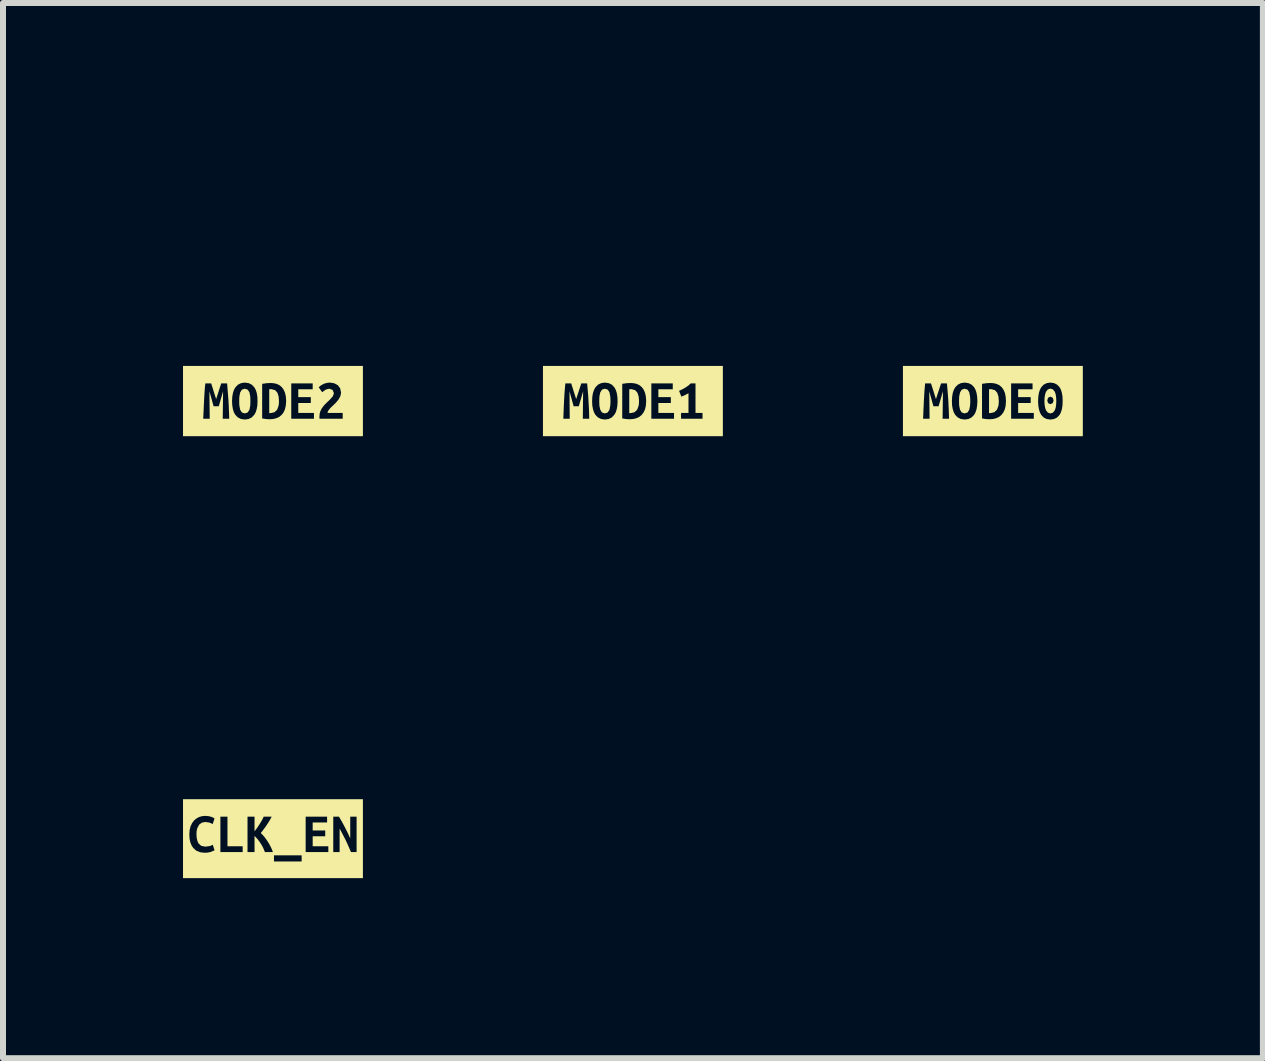
<source format=kicad_pcb>
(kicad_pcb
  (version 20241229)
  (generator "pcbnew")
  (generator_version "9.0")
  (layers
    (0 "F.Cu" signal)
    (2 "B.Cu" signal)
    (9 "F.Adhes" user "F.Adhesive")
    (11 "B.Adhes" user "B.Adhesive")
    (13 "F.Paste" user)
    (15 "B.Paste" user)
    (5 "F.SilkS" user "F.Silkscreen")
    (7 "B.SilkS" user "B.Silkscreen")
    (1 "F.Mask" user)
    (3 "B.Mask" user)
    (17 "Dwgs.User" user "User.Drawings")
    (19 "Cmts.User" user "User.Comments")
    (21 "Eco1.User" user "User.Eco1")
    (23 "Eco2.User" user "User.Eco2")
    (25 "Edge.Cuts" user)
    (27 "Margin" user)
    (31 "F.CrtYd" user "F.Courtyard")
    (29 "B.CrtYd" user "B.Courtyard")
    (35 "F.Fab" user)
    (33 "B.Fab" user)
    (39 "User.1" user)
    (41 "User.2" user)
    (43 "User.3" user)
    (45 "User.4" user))
  (footprint "kibuzzard-65A8FE06"
    (layer "F.Cu")
    (at 7.498 3.634)
    (property "Reference" "kibuzzard-65A8FE06" (at 0 -3.633 0) (layer "F.SilkS") (effects (font (size 0.001 0.001) (thickness 0.15))))
    (attr board_only exclude_from_pos_files exclude_from_bom)
    (fp_poly (pts (xy -0.061 0.2) (xy -0.05 0.201) (xy -0.04 0.201) (xy 0.027 0.186) (xy 0.071 0.144) (xy 0.095 0.08) (xy 0.1 0.042) (xy 0.102 0) (xy 0.096 -0.074) (xy 0.076 -0.138) (xy 0.037 -0.182) (xy -0.027 -0.199) (xy -0.044 -0.199) (xy -0.061 -0.196) (xy -0.061 0.2)) (stroke (width 0) (type solid)) (fill yes) (layer "F.SilkS"))
    (fp_poly (pts (xy -0.561 0) (xy -0.56 0.042) (xy -0.558 0.08) (xy -0.544 0.146) (xy -0.516 0.19) (xy -0.468 0.206) (xy -0.42 0.19) (xy -0.391 0.145) (xy -0.378 0.08) (xy -0.375 0.041) (xy -0.374 0) (xy -0.375 -0.042) (xy -0.378 -0.08) (xy -0.391 -0.146) (xy -0.419 -0.19) (xy -0.468 -0.206) (xy -0.516 -0.19) (xy -0.544 -0.145) (xy -0.558 -0.08) (xy -0.56 -0.041) (xy -0.561 0)) (stroke (width 0) (type solid)) (fill yes) (layer "F.SilkS"))
    (fp_poly (pts (xy -1.301 -0.585) (xy -1.499 -0.585) (xy -1.499 0.585) (xy -1.301 0.585) (xy -0.728 0.585) (xy -0.728 0.295) (xy -0.835 0.295) (xy -0.83 -0.163) (xy -0.902 0.087) (xy -0.988 0.087) (xy -1.057 -0.163) (xy -1.053 0.295) (xy -1.16 0.295) (xy -1.157 0.221) (xy -1.154 0.145) (xy -1.151 0.067) (xy -1.147 -0.01) (xy -1.143 -0.086) (xy -1.138 -0.16) (xy -1.132 -0.23) (xy -1.126 -0.294) (xy -1.029 -0.294) (xy -1.012 -0.243) (xy -0.991 -0.175) (xy -0.968 -0.102) (xy -0.946 -0.033) (xy -0.922 -0.106) (xy -0.898 -0.179) (xy -0.877 -0.244) (xy -0.86 -0.294) (xy -0.763 -0.294) (xy -0.756 -0.218) (xy -0.75 -0.144) (xy -0.744 -0.071) (xy -0.74 0.001) (xy -0.736 0.074) (xy -0.732 0.146) (xy -0.73 0.22) (xy -0.728 0.295) (xy -0.728 0.585) (xy -0.467 0.585) (xy -0.467 0.308) (xy -0.53 0.299) (xy -0.583 0.273) (xy -0.625 0.23) (xy -0.649 0.187) (xy -0.666 0.134) (xy -0.677 0.072) (xy -0.68 0) (xy -0.677 -0.072) (xy -0.666 -0.134) (xy -0.648 -0.187) (xy -0.624 -0.23) (xy -0.582 -0.273) (xy -0.529 -0.299) (xy -0.468 -0.308) (xy -0.404 -0.299) (xy -0.351 -0.273) (xy -0.31 -0.23) (xy -0.286 -0.187) (xy -0.269 -0.134) (xy -0.259 -0.072) (xy -0.255 0) (xy -0.259 0.072) (xy -0.269 0.134) (xy -0.286 0.187) (xy -0.311 0.23) (xy -0.352 0.273) (xy -0.404 0.299) (xy -0.467 0.308) (xy -0.467 0.585) (xy -0.052 0.585) (xy -0.052 0.303) (xy -0.114 0.3) (xy -0.178 0.289) (xy -0.178 -0.287) (xy -0.103 -0.298) (xy -0.037 -0.301) (xy 0.018 -0.297) (xy 0.069 -0.284) (xy 0.113 -0.262) (xy 0.15 -0.23) (xy 0.18 -0.188) (xy 0.202 -0.137) (xy 0.216 -0.074) (xy 0.221 0) (xy 0.216 0.076) (xy 0.201 0.14) (xy 0.176 0.192) (xy 0.144 0.233) (xy 0.104 0.265) (xy 0.058 0.286) (xy 0.005 0.299) (xy -0.052 0.303) (xy -0.052 0.585) (xy 0.307 0.585) (xy 0.307 0.295) (xy 0.307 -0.294) (xy 0.664 -0.294) (xy 0.664 -0.197) (xy 0.424 -0.197) (xy 0.424 -0.065) (xy 0.632 -0.065) (xy 0.632 0.032) (xy 0.424 0.032) (xy 0.424 0.198) (xy 0.685 0.198) (xy 0.685 0.295) (xy 0.307 0.295) (xy 0.307 0.585) (xy 1.16 0.585) (xy 1.16 0.295) (xy 0.802 0.295) (xy 0.802 0.198) (xy 0.926 0.198) (xy 0.926 -0.131) (xy 0.865 -0.098) (xy 0.807 -0.074) (xy 0.769 -0.171) (xy 0.818 -0.193) (xy 0.872 -0.223) (xy 0.922 -0.257) (xy 0.963 -0.294) (xy 1.043 -0.294) (xy 1.043 0.198) (xy 1.16 0.198) (xy 1.16 0.295) (xy 1.16 0.585) (xy 1.301 0.585) (xy 1.499 0.585) (xy 1.499 -0.585) (xy 1.301 -0.585) (xy -1.301 -0.585)) (stroke (width 0) (type solid)) (fill yes) (layer "F.SilkS")))
  (footprint "kibuzzard-65A8FE11"
    (layer "F.Cu")
    (at 13.497 3.634)
    (property "Reference" "kibuzzard-65A8FE11" (at 0 -3.633 0) (layer "F.SilkS") (effects (font (size 0.001 0.001) (thickness 0.15))))
    (attr board_only exclude_from_pos_files exclude_from_bom)
    (fp_poly (pts (xy -0.064 0.2) (xy -0.053 0.201) (xy -0.043 0.201) (xy 0.024 0.186) (xy 0.068 0.144) (xy 0.092 0.08) (xy 0.097 0.042) (xy 0.099 0) (xy 0.093 -0.074) (xy 0.073 -0.138) (xy 0.034 -0.182) (xy -0.03 -0.199) (xy -0.047 -0.199) (xy -0.064 -0.196) (xy -0.064 0.2)) (stroke (width 0) (type solid)) (fill yes) (layer "F.SilkS"))
    (fp_poly (pts (xy -0.564 0) (xy -0.563 0.042) (xy -0.561 0.08) (xy -0.547 0.146) (xy -0.519 0.19) (xy -0.471 0.206) (xy -0.422 0.19) (xy -0.394 0.145) (xy -0.381 0.08) (xy -0.378 0.041) (xy -0.377 0) (xy -0.378 -0.042) (xy -0.381 -0.08) (xy -0.394 -0.146) (xy -0.422 -0.19) (xy -0.471 -0.206) (xy -0.519 -0.19) (xy -0.547 -0.145) (xy -0.561 -0.08) (xy -0.563 -0.041) (xy -0.564 0)) (stroke (width 0) (type solid)) (fill yes) (layer "F.SilkS"))
    (fp_poly (pts (xy 1.057 -0.001) (xy 1.054 -0.063) (xy 1.046 -0.114) (xy 1.032 -0.155) (xy 1.001 -0.194) (xy 0.958 -0.208) (xy 0.916 -0.194) (xy 0.885 -0.155) (xy 0.871 -0.114) (xy 0.862 -0.063) (xy 0.859 -0.001) (xy 0.862 0.062) (xy 0.871 0.113) (xy 0.885 0.154) (xy 0.916 0.193) (xy 0.958 0.207) (xy 0.959 0.206) (xy 0.959 0.052) (xy 0.92 0.034) (xy 0.906 -0.01) (xy 0.92 -0.055) (xy 0.959 -0.074) (xy 0.997 -0.055) (xy 1.012 -0.01) (xy 0.997 0.034) (xy 0.959 0.052) (xy 0.959 0.206) (xy 1.001 0.193) (xy 1.032 0.154) (xy 1.046 0.113) (xy 1.054 0.062) (xy 1.057 -0.001)) (stroke (width 0) (type solid)) (fill yes) (layer "F.SilkS"))
    (fp_poly (pts (xy -1.301 -0.585) (xy -1.499 -0.585) (xy -1.499 0.585) (xy -1.301 0.585) (xy -0.731 0.585) (xy -0.731 0.295) (xy -0.838 0.295) (xy -0.832 -0.163) (xy -0.905 0.087) (xy -0.991 0.087) (xy -1.06 -0.163) (xy -1.055 0.295) (xy -1.163 0.295) (xy -1.16 0.221) (xy -1.157 0.145) (xy -1.153 0.067) (xy -1.15 -0.01) (xy -1.145 -0.086) (xy -1.141 -0.16) (xy -1.135 -0.23) (xy -1.129 -0.294) (xy -1.032 -0.294) (xy -1.015 -0.243) (xy -0.993 -0.175) (xy -0.971 -0.102) (xy -0.949 -0.033) (xy -0.925 -0.106) (xy -0.901 -0.179) (xy -0.88 -0.244) (xy -0.863 -0.294) (xy -0.766 -0.294) (xy -0.759 -0.218) (xy -0.753 -0.144) (xy -0.747 -0.071) (xy -0.742 0.001) (xy -0.739 0.074) (xy -0.735 0.146) (xy -0.733 0.22) (xy -0.731 0.295) (xy -0.731 0.585) (xy -0.47 0.585) (xy -0.47 0.308) (xy -0.533 0.299) (xy -0.586 0.273) (xy -0.628 0.23) (xy -0.652 0.187) (xy -0.669 0.134) (xy -0.68 0.072) (xy -0.683 0) (xy -0.679 -0.072) (xy -0.669 -0.134) (xy -0.651 -0.187) (xy -0.627 -0.23) (xy -0.584 -0.273) (xy -0.532 -0.299) (xy -0.471 -0.308) (xy -0.407 -0.299) (xy -0.354 -0.273) (xy -0.312 -0.23) (xy -0.289 -0.187) (xy -0.272 -0.134) (xy -0.262 -0.072) (xy -0.258 0) (xy -0.262 0.072) (xy -0.272 0.134) (xy -0.289 0.187) (xy -0.313 0.23) (xy -0.355 0.273) (xy -0.407 0.299) (xy -0.47 0.308) (xy -0.47 0.585) (xy -0.055 0.585) (xy -0.055 0.303) (xy -0.117 0.3) (xy -0.181 0.289) (xy -0.181 -0.287) (xy -0.106 -0.298) (xy -0.04 -0.301) (xy 0.016 -0.297) (xy 0.066 -0.284) (xy 0.111 -0.262) (xy 0.148 -0.23) (xy 0.177 -0.188) (xy 0.2 -0.137) (xy 0.213 -0.074) (xy 0.218 0) (xy 0.213 0.076) (xy 0.198 0.14) (xy 0.173 0.192) (xy 0.141 0.233) (xy 0.101 0.265) (xy 0.055 0.286) (xy 0.002 0.299) (xy -0.055 0.303) (xy -0.055 0.585) (xy 0.304 0.585) (xy 0.304 0.295) (xy 0.304 -0.294) (xy 0.661 -0.294) (xy 0.661 -0.197) (xy 0.421 -0.197) (xy 0.421 -0.065) (xy 0.63 -0.065) (xy 0.63 0.032) (xy 0.421 0.032) (xy 0.421 0.198) (xy 0.682 0.198) (xy 0.682 0.295) (xy 0.304 0.295) (xy 0.304 0.585) (xy 0.958 0.585) (xy 0.958 0.308) (xy 0.897 0.299) (xy 0.846 0.274) (xy 0.806 0.231) (xy 0.783 0.188) (xy 0.767 0.135) (xy 0.757 0.072) (xy 0.753 -0.001) (xy 0.757 -0.073) (xy 0.767 -0.136) (xy 0.783 -0.188) (xy 0.807 -0.231) (xy 0.847 -0.274) (xy 0.898 -0.299) (xy 0.958 -0.308) (xy 1.02 -0.299) (xy 1.07 -0.274) (xy 1.111 -0.232) (xy 1.134 -0.189) (xy 1.15 -0.136) (xy 1.16 -0.074) (xy 1.163 -0.001) (xy 1.16 0.072) (xy 1.15 0.135) (xy 1.134 0.188) (xy 1.111 0.231) (xy 1.07 0.274) (xy 1.02 0.299) (xy 0.958 0.308) (xy 0.958 0.585) (xy 1.301 0.585) (xy 1.499 0.585) (xy 1.499 -0.585) (xy 1.301 -0.585) (xy -1.301 -0.585)) (stroke (width 0) (type solid)) (fill yes) (layer "F.SilkS")))
  (footprint "kibuzzard-65A8FE84"
    (layer "F.Cu")
    (at 1.499 10.927)
    (property "Reference" "kibuzzard-65A8FE84" (at 0 -3.706 0) (layer "F.SilkS") (effects (font (size 0.001 0.001) (thickness 0.15))))
    (attr board_only exclude_from_pos_files exclude_from_bom)
    (fp_poly (pts (xy -1.42 -0.658) (xy -1.499 -0.658) (xy -1.499 0.658) (xy -1.42 0.658) (xy -1.138 0.658) (xy -1.138 0.235) (xy -1.214 0.226) (xy -1.278 0.2) (xy -1.328 0.155) (xy -1.357 0.111) (xy -1.378 0.058) (xy -1.39 -0.003) (xy -1.394 -0.072) (xy -1.389 -0.142) (xy -1.374 -0.203) (xy -1.35 -0.256) (xy -1.318 -0.3) (xy -1.279 -0.334) (xy -1.233 -0.36) (xy -1.182 -0.375) (xy -1.126 -0.38) (xy -1.07 -0.375) (xy -1.025 -0.363) (xy -0.993 -0.349) (xy -0.974 -0.337) (xy -1.004 -0.244) (xy -1.057 -0.268) (xy -1.128 -0.278) (xy -1.182 -0.268) (xy -1.229 -0.235) (xy -1.262 -0.172) (xy -1.272 -0.129) (xy -1.275 -0.075) (xy -1.271 -0.013) (xy -1.259 0.038) (xy -1.24 0.08) (xy -1.194 0.12) (xy -1.126 0.133) (xy -1.051 0.123) (xy -1.003 0.102) (xy -0.973 0.194) (xy -1.04 0.222) (xy -1.086 0.232) (xy -1.138 0.235) (xy -1.138 0.658) (xy -0.505 0.658) (xy -0.505 0.223) (xy -0.876 0.223) (xy -0.876 -0.367) (xy -0.758 -0.367) (xy -0.758 0.126) (xy -0.505 0.126) (xy -0.505 0.223) (xy -0.505 0.658) (xy -0.134 0.658) (xy -0.134 0.223) (xy -0.164 0.151) (xy -0.184 0.113) (xy -0.207 0.076) (xy -0.232 0.04) (xy -0.257 0.007) (xy -0.307 -0.047) (xy -0.307 0.223) (xy -0.424 0.223) (xy -0.424 -0.367) (xy -0.307 -0.367) (xy -0.307 -0.122) (xy -0.263 -0.181) (xy -0.22 -0.246) (xy -0.182 -0.31) (xy -0.154 -0.367) (xy -0.021 -0.367) (xy -0.053 -0.308) (xy -0.073 -0.275) (xy -0.096 -0.24) (xy -0.12 -0.203) (xy -0.147 -0.167) (xy -0.174 -0.13) (xy -0.203 -0.095) (xy -0.174 -0.065) (xy -0.143 -0.03) (xy -0.114 0.009) (xy -0.086 0.05) (xy -0.06 0.093) (xy -0.037 0.137) (xy -0.017 0.18) (xy -0.001 0.223) (xy -0.134 0.223) (xy -0.134 0.658) (xy 0.478 0.658) (xy 0.478 0.38) (xy 0.017 0.38) (xy 0.017 0.278) (xy 0.478 0.278) (xy 0.478 0.38) (xy 0.478 0.658) (xy 0.545 0.658) (xy 0.545 0.223) (xy 0.545 -0.367) (xy 0.902 -0.367) (xy 0.902 -0.27) (xy 0.662 -0.27) (xy 0.662 -0.137) (xy 0.871 -0.137) (xy 0.871 -0.04) (xy 0.662 -0.04) (xy 0.662 0.126) (xy 0.923 0.126) (xy 0.923 0.223) (xy 0.545 0.223) (xy 0.545 0.658) (xy 1.3 0.658) (xy 1.3 0.223) (xy 1.272 0.158) (xy 1.243 0.092) (xy 1.213 0.027) (xy 1.18 -0.038) (xy 1.146 -0.103) (xy 1.111 -0.169) (xy 1.111 0.223) (xy 1.005 0.223) (xy 1.005 -0.367) (xy 1.1 -0.367) (xy 1.126 -0.323) (xy 1.153 -0.276) (xy 1.179 -0.227) (xy 1.205 -0.178) (xy 1.229 -0.13) (xy 1.252 -0.084) (xy 1.271 -0.041) (xy 1.288 -0.004) (xy 1.288 -0.367) (xy 1.394 -0.367) (xy 1.394 0.223) (xy 1.3 0.223) (xy 1.3 0.658) (xy 1.42 0.658) (xy 1.499 0.658) (xy 1.499 -0.658) (xy 1.42 -0.658) (xy -1.42 -0.658)) (stroke (width 0) (type solid)) (fill yes) (layer "F.SilkS")))
  (footprint "kibuzzard-65A8FDFD"
    (layer "F.Cu")
    (at 1.499 3.634)
    (property "Reference" "kibuzzard-65A8FDFD" (at 0 -3.633 0) (layer "F.SilkS") (effects (font (size 0.001 0.001) (thickness 0.15))))
    (attr board_only exclude_from_pos_files exclude_from_bom)
    (fp_poly (pts (xy -0.062 0.2) (xy -0.052 0.201) (xy -0.041 0.201) (xy 0.026 0.186) (xy 0.07 0.144) (xy 0.093 0.08) (xy 0.099 0.042) (xy 0.1 0) (xy 0.095 -0.074) (xy 0.075 -0.138) (xy 0.036 -0.182) (xy -0.028 -0.199) (xy -0.045 -0.199) (xy -0.062 -0.196) (xy -0.062 0.2)) (stroke (width 0) (type solid)) (fill yes) (layer "F.SilkS"))
    (fp_poly (pts (xy -0.562 0) (xy -0.562 0.042) (xy -0.559 0.08) (xy -0.546 0.146) (xy -0.518 0.19) (xy -0.469 0.206) (xy -0.421 0.19) (xy -0.392 0.145) (xy -0.379 0.08) (xy -0.377 0.041) (xy -0.376 0) (xy -0.377 -0.042) (xy -0.379 -0.08) (xy -0.392 -0.146) (xy -0.421 -0.19) (xy -0.469 -0.206) (xy -0.518 -0.19) (xy -0.546 -0.145) (xy -0.559 -0.08) (xy -0.562 -0.041) (xy -0.562 0)) (stroke (width 0) (type solid)) (fill yes) (layer "F.SilkS"))
    (fp_poly (pts (xy -1.301 -0.585) (xy -1.499 -0.585) (xy -1.499 0.585) (xy -1.301 0.585) (xy -0.729 0.585) (xy -0.729 0.295) (xy -0.837 0.295) (xy -0.831 -0.163) (xy -0.903 0.087) (xy -0.989 0.087) (xy -1.059 -0.163) (xy -1.054 0.295) (xy -1.162 0.295) (xy -1.159 0.221) (xy -1.155 0.145) (xy -1.152 0.067) (xy -1.148 -0.01) (xy -1.144 -0.086) (xy -1.139 -0.16) (xy -1.134 -0.23) (xy -1.127 -0.294) (xy -1.03 -0.294) (xy -1.013 -0.243) (xy -0.992 -0.175) (xy -0.969 -0.102) (xy -0.947 -0.033) (xy -0.923 -0.106) (xy -0.9 -0.179) (xy -0.879 -0.244) (xy -0.862 -0.294) (xy -0.764 -0.294) (xy -0.758 -0.218) (xy -0.752 -0.144) (xy -0.746 -0.071) (xy -0.741 0.001) (xy -0.737 0.074) (xy -0.734 0.146) (xy -0.731 0.22) (xy -0.729 0.295) (xy -0.729 0.585) (xy -0.468 0.585) (xy -0.468 0.308) (xy -0.532 0.299) (xy -0.585 0.273) (xy -0.627 0.23) (xy -0.651 0.187) (xy -0.668 0.134) (xy -0.678 0.072) (xy -0.682 0) (xy -0.678 -0.072) (xy -0.667 -0.134) (xy -0.65 -0.187) (xy -0.625 -0.23) (xy -0.583 -0.273) (xy -0.531 -0.299) (xy -0.469 -0.308) (xy -0.405 -0.299) (xy -0.353 -0.273) (xy -0.311 -0.23) (xy -0.287 -0.187) (xy -0.27 -0.134) (xy -0.26 -0.072) (xy -0.257 0) (xy -0.26 0.072) (xy -0.271 0.134) (xy -0.288 0.187) (xy -0.312 0.23) (xy -0.354 0.273) (xy -0.406 0.299) (xy -0.468 0.308) (xy -0.468 0.585) (xy -0.054 0.585) (xy -0.054 0.303) (xy -0.115 0.3) (xy -0.18 0.289) (xy -0.18 -0.287) (xy -0.104 -0.298) (xy -0.039 -0.301) (xy 0.017 -0.297) (xy 0.068 -0.284) (xy 0.112 -0.262) (xy 0.149 -0.23) (xy 0.179 -0.188) (xy 0.201 -0.137) (xy 0.215 -0.074) (xy 0.22 0) (xy 0.214 0.076) (xy 0.199 0.14) (xy 0.175 0.192) (xy 0.142 0.233) (xy 0.103 0.265) (xy 0.056 0.286) (xy 0.004 0.299) (xy -0.054 0.303) (xy -0.054 0.585) (xy 0.305 0.585) (xy 0.305 0.295) (xy 0.305 -0.294) (xy 0.662 -0.294) (xy 0.662 -0.197) (xy 0.422 -0.197) (xy 0.422 -0.065) (xy 0.631 -0.065) (xy 0.631 0.032) (xy 0.422 0.032) (xy 0.422 0.198) (xy 0.683 0.198) (xy 0.683 0.295) (xy 0.305 0.295) (xy 0.305 0.585) (xy 1.162 0.585) (xy 1.162 0.295) (xy 0.777 0.295) (xy 0.774 0.271) (xy 0.775 0.251) (xy 0.779 0.206) (xy 0.792 0.164) (xy 0.812 0.125) (xy 0.837 0.09) (xy 0.865 0.057) (xy 0.895 0.027) (xy 0.925 -0.001) (xy 0.953 -0.029) (xy 0.998 -0.08) (xy 1.016 -0.13) (xy 0.994 -0.186) (xy 0.939 -0.206) (xy 0.881 -0.192) (xy 0.821 -0.148) (xy 0.762 -0.23) (xy 0.804 -0.264) (xy 0.851 -0.289) (xy 0.9 -0.303) (xy 0.95 -0.308) (xy 1.02 -0.297) (xy 1.079 -0.266) (xy 1.12 -0.213) (xy 1.135 -0.139) (xy 1.123 -0.08) (xy 1.093 -0.026) (xy 1.05 0.026) (xy 1.002 0.073) (xy 0.973 0.1) (xy 0.942 0.133) (xy 0.918 0.167) (xy 0.908 0.198) (xy 1.162 0.198) (xy 1.162 0.295) (xy 1.162 0.585) (xy 1.301 0.585) (xy 1.499 0.585) (xy 1.499 -0.585) (xy 1.301 -0.585) (xy -1.301 -0.585)) (stroke (width 0) (type solid)) (fill yes) (layer "F.SilkS")))
  (gr_rect
    (start -3 -3)
    (end 17.997 14.585)
    (stroke (width 0.1) (type default))
    (fill no)
    (layer "Edge.Cuts")))
</source>
